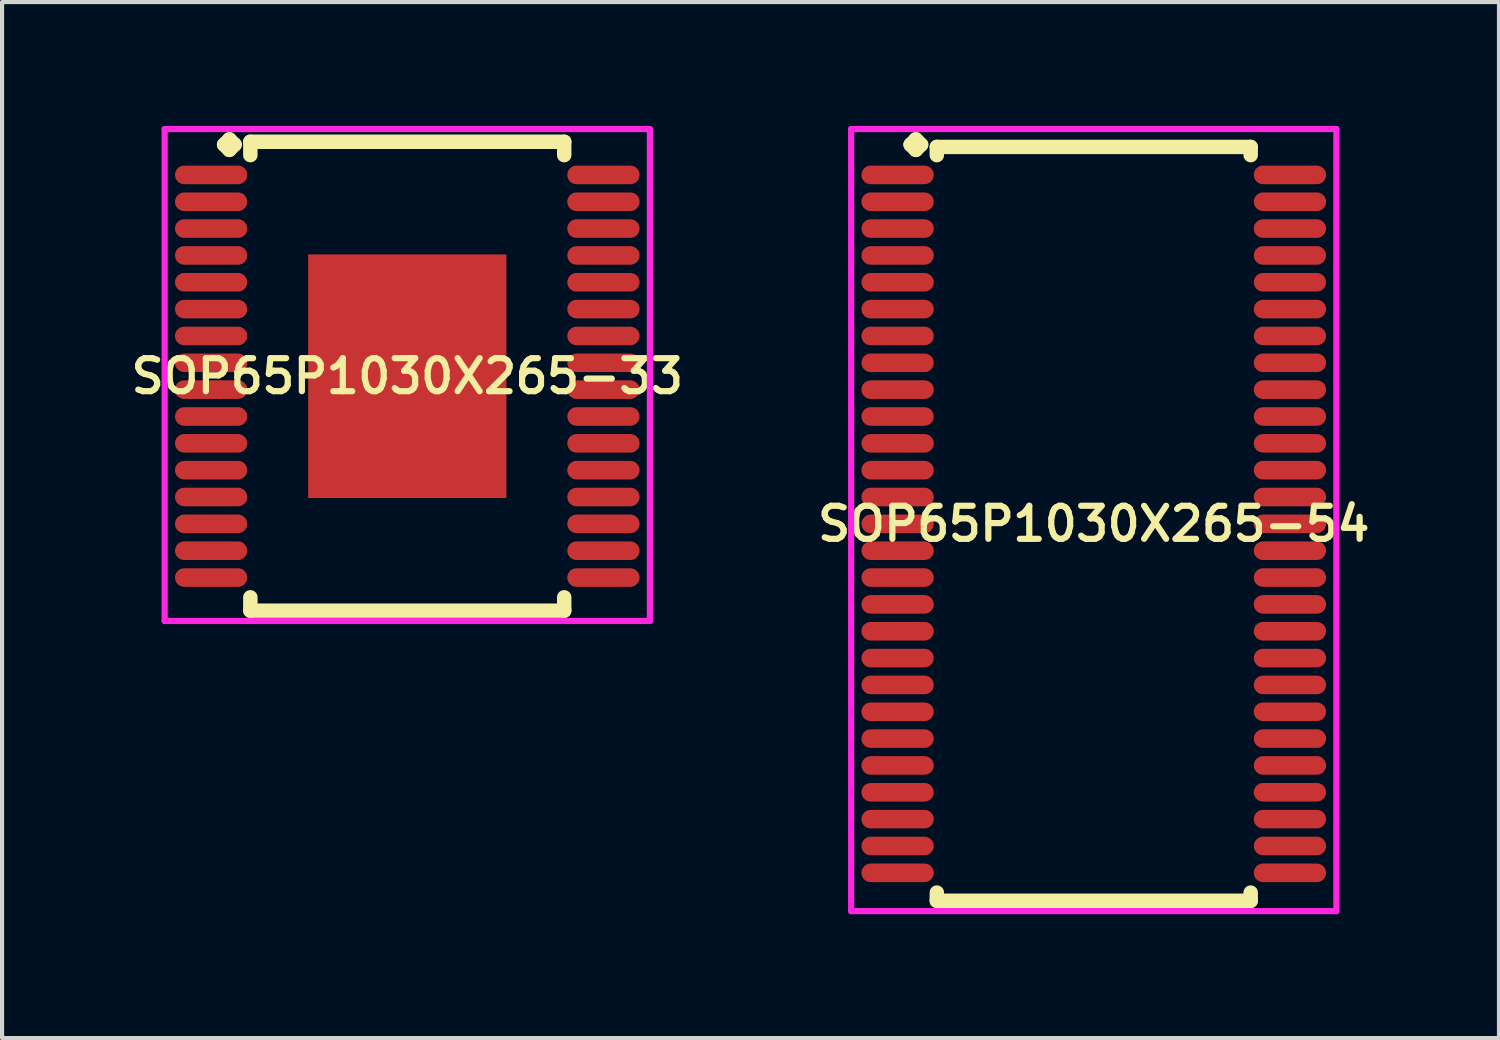
<source format=kicad_pcb>
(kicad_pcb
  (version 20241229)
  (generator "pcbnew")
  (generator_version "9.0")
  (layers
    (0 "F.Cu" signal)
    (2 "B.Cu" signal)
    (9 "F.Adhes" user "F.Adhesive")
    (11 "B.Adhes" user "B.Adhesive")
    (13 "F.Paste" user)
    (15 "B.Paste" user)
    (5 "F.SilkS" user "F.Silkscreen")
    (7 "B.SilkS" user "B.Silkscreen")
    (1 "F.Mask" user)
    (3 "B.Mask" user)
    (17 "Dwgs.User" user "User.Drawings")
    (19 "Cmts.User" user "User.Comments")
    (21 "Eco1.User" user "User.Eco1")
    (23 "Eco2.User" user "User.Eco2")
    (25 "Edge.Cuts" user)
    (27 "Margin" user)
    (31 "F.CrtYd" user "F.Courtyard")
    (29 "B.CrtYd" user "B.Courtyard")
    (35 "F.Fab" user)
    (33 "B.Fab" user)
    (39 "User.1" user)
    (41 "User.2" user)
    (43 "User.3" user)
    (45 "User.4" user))
  (footprint "SOP65P1030X265-54"
    (layer "F.Cu")
    (at 23.435 9.635)
    (property "Reference" "SOP65P1030X265-54" (at 0 0 0) (layer "F.SilkS") (effects (font (size 0.8 0.8) (thickness 0.15))))
    (attr through_hole)
    (fp_line (start -4.435 -9.183) (end -4.308 -9.31) (stroke (width 0.35) (type solid)) (layer "F.SilkS"))
    (fp_line (start -4.308 -9.31) (end -4.181 -9.183) (stroke (width 0.35) (type solid)) (layer "F.SilkS"))
    (fp_line (start -4.308 -9.056) (end -4.435 -9.183) (stroke (width 0.35) (type solid)) (layer "F.SilkS"))
    (fp_line (start -4.181 -9.183) (end -4.308 -9.056) (stroke (width 0.35) (type solid)) (layer "F.SilkS"))
    (fp_line (start -3.8 -9.127) (end 3.8 -9.127) (stroke (width 0.35) (type solid)) (layer "F.SilkS"))
    (fp_line (start -3.8 -8.929) (end -3.8 -9.127) (stroke (width 0.35) (type solid)) (layer "F.SilkS"))
    (fp_line (start -3.8 8.929) (end -3.8 9.127) (stroke (width 0.35) (type solid)) (layer "F.SilkS"))
    (fp_line (start -3.8 9.127) (end 3.8 9.127) (stroke (width 0.35) (type solid)) (layer "F.SilkS"))
    (fp_line (start 3.8 -9.127) (end 3.8 -8.929) (stroke (width 0.35) (type solid)) (layer "F.SilkS"))
    (fp_line (start 3.8 9.127) (end 3.8 8.929) (stroke (width 0.35) (type solid)) (layer "F.SilkS"))
    (fp_line (start -5.875 -9.56) (end 5.875 -9.56) (stroke (width 0.15) (type solid)) (layer "F.CrtYd"))
    (fp_line (start -5.875 9.377) (end -5.875 -9.56) (stroke (width 0.15) (type solid)) (layer "F.CrtYd"))
    (fp_line (start 5.875 -9.56) (end 5.875 9.377) (stroke (width 0.15) (type solid)) (layer "F.CrtYd"))
    (fp_line (start 5.875 9.377) (end -5.875 9.377) (stroke (width 0.15) (type solid)) (layer "F.CrtYd"))
    (pad "1" smd oval (at -4.75 -8.45) (size 1.75 0.45) (layers "F.Cu" "F.Mask" "F.Paste"))
    (pad "2" smd oval (at -4.75 -7.8) (size 1.75 0.45) (layers "F.Cu" "F.Mask" "F.Paste"))
    (pad "3" smd oval (at -4.75 -7.15) (size 1.75 0.45) (layers "F.Cu" "F.Mask" "F.Paste"))
    (pad "4" smd oval (at -4.75 -6.5) (size 1.75 0.45) (layers "F.Cu" "F.Mask" "F.Paste"))
    (pad "5" smd oval (at -4.75 -5.85) (size 1.75 0.45) (layers "F.Cu" "F.Mask" "F.Paste"))
    (pad "6" smd oval (at -4.75 -5.2) (size 1.75 0.45) (layers "F.Cu" "F.Mask" "F.Paste"))
    (pad "7" smd oval (at -4.75 -4.55) (size 1.75 0.45) (layers "F.Cu" "F.Mask" "F.Paste"))
    (pad "8" smd oval (at -4.75 -3.9) (size 1.75 0.45) (layers "F.Cu" "F.Mask" "F.Paste"))
    (pad "9" smd oval (at -4.75 -3.25) (size 1.75 0.45) (layers "F.Cu" "F.Mask" "F.Paste"))
    (pad "10" smd oval (at -4.75 -2.6) (size 1.75 0.45) (layers "F.Cu" "F.Mask" "F.Paste"))
    (pad "11" smd oval (at -4.75 -1.95) (size 1.75 0.45) (layers "F.Cu" "F.Mask" "F.Paste"))
    (pad "12" smd oval (at -4.75 -1.3) (size 1.75 0.45) (layers "F.Cu" "F.Mask" "F.Paste"))
    (pad "13" smd oval (at -4.75 -0.65) (size 1.75 0.45) (layers "F.Cu" "F.Mask" "F.Paste"))
    (pad "14" smd oval (at -4.75 0) (size 1.75 0.45) (layers "F.Cu" "F.Mask" "F.Paste"))
    (pad "15" smd oval (at -4.75 0.65) (size 1.75 0.45) (layers "F.Cu" "F.Mask" "F.Paste"))
    (pad "16" smd oval (at -4.75 1.3) (size 1.75 0.45) (layers "F.Cu" "F.Mask" "F.Paste"))
    (pad "17" smd oval (at -4.75 1.95) (size 1.75 0.45) (layers "F.Cu" "F.Mask" "F.Paste"))
    (pad "18" smd oval (at -4.75 2.6) (size 1.75 0.45) (layers "F.Cu" "F.Mask" "F.Paste"))
    (pad "19" smd oval (at -4.75 3.25) (size 1.75 0.45) (layers "F.Cu" "F.Mask" "F.Paste"))
    (pad "20" smd oval (at -4.75 3.9) (size 1.75 0.45) (layers "F.Cu" "F.Mask" "F.Paste"))
    (pad "21" smd oval (at -4.75 4.55) (size 1.75 0.45) (layers "F.Cu" "F.Mask" "F.Paste"))
    (pad "22" smd oval (at -4.75 5.2) (size 1.75 0.45) (layers "F.Cu" "F.Mask" "F.Paste"))
    (pad "23" smd oval (at -4.75 5.85) (size 1.75 0.45) (layers "F.Cu" "F.Mask" "F.Paste"))
    (pad "24" smd oval (at -4.75 6.5) (size 1.75 0.45) (layers "F.Cu" "F.Mask" "F.Paste"))
    (pad "25" smd oval (at -4.75 7.15) (size 1.75 0.45) (layers "F.Cu" "F.Mask" "F.Paste"))
    (pad "26" smd oval (at -4.75 7.8) (size 1.75 0.45) (layers "F.Cu" "F.Mask" "F.Paste"))
    (pad "27" smd oval (at -4.75 8.45) (size 1.75 0.45) (layers "F.Cu" "F.Mask" "F.Paste"))
    (pad "28" smd oval (at 4.75 8.45) (size 1.75 0.45) (layers "F.Cu" "F.Mask" "F.Paste"))
    (pad "29" smd oval (at 4.75 7.8) (size 1.75 0.45) (layers "F.Cu" "F.Mask" "F.Paste"))
    (pad "30" smd oval (at 4.75 7.15) (size 1.75 0.45) (layers "F.Cu" "F.Mask" "F.Paste"))
    (pad "31" smd oval (at 4.75 6.5) (size 1.75 0.45) (layers "F.Cu" "F.Mask" "F.Paste"))
    (pad "32" smd oval (at 4.75 5.85) (size 1.75 0.45) (layers "F.Cu" "F.Mask" "F.Paste"))
    (pad "33" smd oval (at 4.75 5.2) (size 1.75 0.45) (layers "F.Cu" "F.Mask" "F.Paste"))
    (pad "34" smd oval (at 4.75 4.55) (size 1.75 0.45) (layers "F.Cu" "F.Mask" "F.Paste"))
    (pad "35" smd oval (at 4.75 3.9) (size 1.75 0.45) (layers "F.Cu" "F.Mask" "F.Paste"))
    (pad "36" smd oval (at 4.75 3.25) (size 1.75 0.45) (layers "F.Cu" "F.Mask" "F.Paste"))
    (pad "37" smd oval (at 4.75 2.6) (size 1.75 0.45) (layers "F.Cu" "F.Mask" "F.Paste"))
    (pad "38" smd oval (at 4.75 1.95) (size 1.75 0.45) (layers "F.Cu" "F.Mask" "F.Paste"))
    (pad "39" smd oval (at 4.75 1.3) (size 1.75 0.45) (layers "F.Cu" "F.Mask" "F.Paste"))
    (pad "40" smd oval (at 4.75 0.65) (size 1.75 0.45) (layers "F.Cu" "F.Mask" "F.Paste"))
    (pad "41" smd oval (at 4.75 0) (size 1.75 0.45) (layers "F.Cu" "F.Mask" "F.Paste"))
    (pad "42" smd oval (at 4.75 -0.65) (size 1.75 0.45) (layers "F.Cu" "F.Mask" "F.Paste"))
    (pad "43" smd oval (at 4.75 -1.3) (size 1.75 0.45) (layers "F.Cu" "F.Mask" "F.Paste"))
    (pad "44" smd oval (at 4.75 -1.95) (size 1.75 0.45) (layers "F.Cu" "F.Mask" "F.Paste"))
    (pad "45" smd oval (at 4.75 -2.6) (size 1.75 0.45) (layers "F.Cu" "F.Mask" "F.Paste"))
    (pad "46" smd oval (at 4.75 -3.25) (size 1.75 0.45) (layers "F.Cu" "F.Mask" "F.Paste"))
    (pad "47" smd oval (at 4.75 -3.9) (size 1.75 0.45) (layers "F.Cu" "F.Mask" "F.Paste"))
    (pad "48" smd oval (at 4.75 -4.55) (size 1.75 0.45) (layers "F.Cu" "F.Mask" "F.Paste"))
    (pad "49" smd oval (at 4.75 -5.2) (size 1.75 0.45) (layers "F.Cu" "F.Mask" "F.Paste"))
    (pad "50" smd oval (at 4.75 -5.85) (size 1.75 0.45) (layers "F.Cu" "F.Mask" "F.Paste"))
    (pad "51" smd oval (at 4.75 -6.5) (size 1.75 0.45) (layers "F.Cu" "F.Mask" "F.Paste"))
    (pad "52" smd oval (at 4.75 -7.15) (size 1.75 0.45) (layers "F.Cu" "F.Mask" "F.Paste"))
    (pad "53" smd oval (at 4.75 -7.8) (size 1.75 0.45) (layers "F.Cu" "F.Mask" "F.Paste"))
    (pad "54" smd oval (at 4.75 -8.45) (size 1.75 0.45) (layers "F.Cu" "F.Mask" "F.Paste")))
  (footprint "SOP65P1030X265-33"
    (layer "F.Cu")
    (at 6.812 6.06)
    (property "Reference" "SOP65P1030X265-33" (at 0 0 0) (layer "F.SilkS") (effects (font (size 0.8 0.8) (thickness 0.15))))
    (attr smd)
    (fp_line (start -4.435 -5.608) (end -4.308 -5.735) (stroke (width 0.35) (type solid)) (layer "F.SilkS"))
    (fp_line (start -4.308 -5.735) (end -4.181 -5.608) (stroke (width 0.35) (type solid)) (layer "F.SilkS"))
    (fp_line (start -4.308 -5.481) (end -4.435 -5.608) (stroke (width 0.35) (type solid)) (layer "F.SilkS"))
    (fp_line (start -4.181 -5.608) (end -4.308 -5.481) (stroke (width 0.35) (type solid)) (layer "F.SilkS"))
    (fp_line (start -3.8 -5.677) (end 3.8 -5.677) (stroke (width 0.35) (type solid)) (layer "F.SilkS"))
    (fp_line (start -3.8 -5.354) (end -3.8 -5.677) (stroke (width 0.35) (type solid)) (layer "F.SilkS"))
    (fp_line (start -3.8 5.354) (end -3.8 5.677) (stroke (width 0.35) (type solid)) (layer "F.SilkS"))
    (fp_line (start -3.8 5.677) (end 3.8 5.677) (stroke (width 0.35) (type solid)) (layer "F.SilkS"))
    (fp_line (start 3.8 -5.677) (end 3.8 -5.354) (stroke (width 0.35) (type solid)) (layer "F.SilkS"))
    (fp_line (start 3.8 5.677) (end 3.8 5.354) (stroke (width 0.35) (type solid)) (layer "F.SilkS"))
    (fp_line (start -5.875 -5.985) (end 5.875 -5.985) (stroke (width 0.15) (type solid)) (layer "F.CrtYd"))
    (fp_line (start -5.875 5.927) (end -5.875 -5.985) (stroke (width 0.15) (type solid)) (layer "F.CrtYd"))
    (fp_line (start 5.875 -5.985) (end 5.875 5.927) (stroke (width 0.15) (type solid)) (layer "F.CrtYd"))
    (fp_line (start 5.875 5.927) (end -5.875 5.927) (stroke (width 0.15) (type solid)) (layer "F.CrtYd"))
    (pad "1" smd oval (at -4.75 -4.875) (size 1.75 0.45) (layers "F.Cu" "F.Mask" "F.Paste"))
    (pad "2" smd oval (at -4.75 -4.225) (size 1.75 0.45) (layers "F.Cu" "F.Mask" "F.Paste"))
    (pad "3" smd oval (at -4.75 -3.575) (size 1.75 0.45) (layers "F.Cu" "F.Mask" "F.Paste"))
    (pad "4" smd oval (at -4.75 -2.925) (size 1.75 0.45) (layers "F.Cu" "F.Mask" "F.Paste"))
    (pad "5" smd oval (at -4.75 -2.275) (size 1.75 0.45) (layers "F.Cu" "F.Mask" "F.Paste"))
    (pad "6" smd oval (at -4.75 -1.625) (size 1.75 0.45) (layers "F.Cu" "F.Mask" "F.Paste"))
    (pad "7" smd oval (at -4.75 -0.975) (size 1.75 0.45) (layers "F.Cu" "F.Mask" "F.Paste"))
    (pad "8" smd oval (at -4.75 -0.325) (size 1.75 0.45) (layers "F.Cu" "F.Mask" "F.Paste"))
    (pad "9" smd oval (at -4.75 0.325) (size 1.75 0.45) (layers "F.Cu" "F.Mask" "F.Paste"))
    (pad "10" smd oval (at -4.75 0.975) (size 1.75 0.45) (layers "F.Cu" "F.Mask" "F.Paste"))
    (pad "11" smd oval (at -4.75 1.625) (size 1.75 0.45) (layers "F.Cu" "F.Mask" "F.Paste"))
    (pad "12" smd oval (at -4.75 2.275) (size 1.75 0.45) (layers "F.Cu" "F.Mask" "F.Paste"))
    (pad "13" smd oval (at -4.75 2.925) (size 1.75 0.45) (layers "F.Cu" "F.Mask" "F.Paste"))
    (pad "14" smd oval (at -4.75 3.575) (size 1.75 0.45) (layers "F.Cu" "F.Mask" "F.Paste"))
    (pad "15" smd oval (at -4.75 4.225) (size 1.75 0.45) (layers "F.Cu" "F.Mask" "F.Paste"))
    (pad "16" smd oval (at -4.75 4.875) (size 1.75 0.45) (layers "F.Cu" "F.Mask" "F.Paste"))
    (pad "17" smd oval (at 4.75 4.875) (size 1.75 0.45) (layers "F.Cu" "F.Mask" "F.Paste"))
    (pad "18" smd oval (at 4.75 4.225) (size 1.75 0.45) (layers "F.Cu" "F.Mask" "F.Paste"))
    (pad "19" smd oval (at 4.75 3.575) (size 1.75 0.45) (layers "F.Cu" "F.Mask" "F.Paste"))
    (pad "20" smd oval (at 4.75 2.925) (size 1.75 0.45) (layers "F.Cu" "F.Mask" "F.Paste"))
    (pad "21" smd oval (at 4.75 2.275) (size 1.75 0.45) (layers "F.Cu" "F.Mask" "F.Paste"))
    (pad "22" smd oval (at 4.75 1.625) (size 1.75 0.45) (layers "F.Cu" "F.Mask" "F.Paste"))
    (pad "23" smd oval (at 4.75 0.975) (size 1.75 0.45) (layers "F.Cu" "F.Mask" "F.Paste"))
    (pad "24" smd oval (at 4.75 0.325) (size 1.75 0.45) (layers "F.Cu" "F.Mask" "F.Paste"))
    (pad "25" smd oval (at 4.75 -0.325) (size 1.75 0.45) (layers "F.Cu" "F.Mask" "F.Paste"))
    (pad "26" smd oval (at 4.75 -0.975) (size 1.75 0.45) (layers "F.Cu" "F.Mask" "F.Paste"))
    (pad "27" smd oval (at 4.75 -1.625) (size 1.75 0.45) (layers "F.Cu" "F.Mask" "F.Paste"))
    (pad "28" smd oval (at 4.75 -2.275) (size 1.75 0.45) (layers "F.Cu" "F.Mask" "F.Paste"))
    (pad "29" smd oval (at 4.75 -2.925) (size 1.75 0.45) (layers "F.Cu" "F.Mask" "F.Paste"))
    (pad "30" smd oval (at 4.75 -3.575) (size 1.75 0.45) (layers "F.Cu" "F.Mask" "F.Paste"))
    (pad "31" smd oval (at 4.75 -4.225) (size 1.75 0.45) (layers "F.Cu" "F.Mask" "F.Paste"))
    (pad "32" smd oval (at 4.75 -4.875) (size 1.75 0.45) (layers "F.Cu" "F.Mask" "F.Paste"))
    (pad "33" smd rect (at 0 0) (size 4.8 5.9) (layers "F.Cu" "F.Mask" "F.Paste")))
  (gr_rect
    (start -3 -3)
    (end 33.247 22.087)
    (stroke (width 0.1) (type default))
    (fill no)
    (layer "Edge.Cuts")))
</source>
